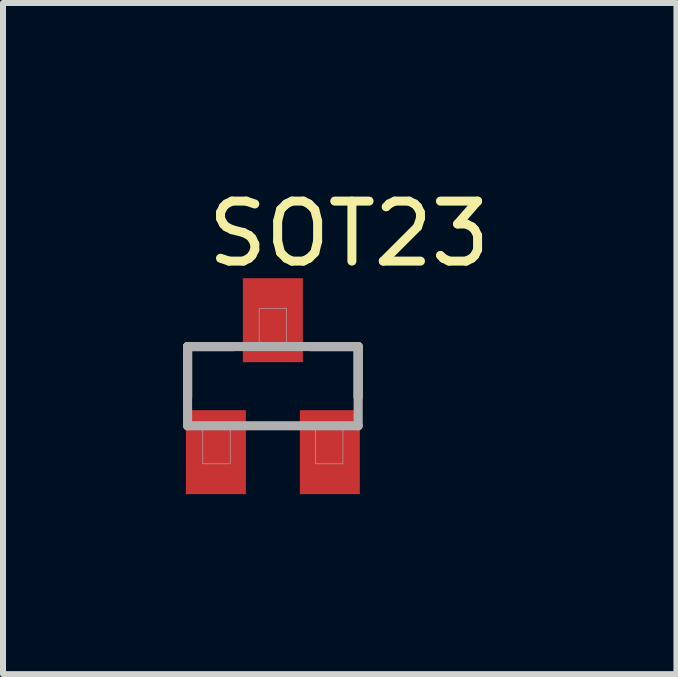
<source format=kicad_pcb>
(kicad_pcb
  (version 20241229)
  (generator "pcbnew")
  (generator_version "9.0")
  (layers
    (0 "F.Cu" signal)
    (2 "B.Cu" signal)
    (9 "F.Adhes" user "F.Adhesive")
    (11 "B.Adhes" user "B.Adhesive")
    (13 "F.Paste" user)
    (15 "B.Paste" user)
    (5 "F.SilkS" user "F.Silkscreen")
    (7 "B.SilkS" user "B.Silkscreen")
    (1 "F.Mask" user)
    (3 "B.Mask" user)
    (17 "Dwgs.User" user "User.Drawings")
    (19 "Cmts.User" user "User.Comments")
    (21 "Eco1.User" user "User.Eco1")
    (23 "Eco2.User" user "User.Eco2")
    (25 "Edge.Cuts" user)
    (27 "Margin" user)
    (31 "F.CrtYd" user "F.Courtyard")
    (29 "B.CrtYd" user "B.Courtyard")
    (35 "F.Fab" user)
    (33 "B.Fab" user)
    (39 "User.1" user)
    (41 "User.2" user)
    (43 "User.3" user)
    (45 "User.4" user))
  (footprint "SOT23"
    (layer "F.Cu")
    (at 1.499 3.388)
    (property "Reference" "SOT23" (at 1.27 -2.54 0) (layer "F.SilkS") (effects (font (size 1 1) (thickness 0.15))))
    (attr smd)
    (fp_line (start -1.422 -0.66) (end -0.658 -0.66) (stroke (width 0.152) (type solid)) (layer "F.SilkS"))
    (fp_line (start -1.422 0.185) (end -1.422 -0.66) (stroke (width 0.152) (type solid)) (layer "F.SilkS"))
    (fp_line (start 0.633 -0.66) (end 1.422 -0.66) (stroke (width 0.152) (type solid)) (layer "F.SilkS"))
    (fp_line (start 1.422 -0.66) (end 1.422 0.185) (stroke (width 0.152) (type solid)) (layer "F.SilkS"))
    (fp_line (start -1.422 -0.66) (end 1.422 -0.66) (stroke (width 0.152) (type solid)) (layer "F.Fab"))
    (fp_line (start -1.422 0.66) (end -1.422 -0.66) (stroke (width 0.152) (type solid)) (layer "F.Fab"))
    (fp_line (start 1.422 -0.66) (end 1.422 0.66) (stroke (width 0.152) (type solid)) (layer "F.Fab"))
    (fp_line (start 1.422 0.66) (end -1.422 0.66) (stroke (width 0.152) (type solid)) (layer "F.Fab"))
    (fp_poly (pts (xy -1.168 0.711) (xy -0.711 0.711) (xy -0.711 1.295) (xy -1.168 1.295)) (stroke (width 0.01) (type solid)) (fill no) (layer "F.Fab"))
    (fp_poly (pts (xy -0.229 -1.295) (xy 0.229 -1.295) (xy 0.229 -0.711) (xy -0.229 -0.711)) (stroke (width 0.01) (type solid)) (fill no) (layer "F.Fab"))
    (fp_poly (pts (xy 0.711 0.711) (xy 1.168 0.711) (xy 1.168 1.295) (xy 0.711 1.295)) (stroke (width 0.01) (type solid)) (fill no) (layer "F.Fab"))
    (pad "1" smd rect (at -0.95 1.1) (size 1 1.4) (layers "F.Cu" "F.Mask" "F.Paste"))
    (pad "2" smd rect (at 0.95 1.1) (size 1 1.4) (layers "F.Cu" "F.Mask" "F.Paste"))
    (pad "3" smd rect (at 0 -1.1) (size 1 1.4) (layers "F.Cu" "F.Mask" "F.Paste")))
  (gr_rect
    (start -3 -3)
    (end 8.227 8.188)
    (stroke (width 0.1) (type default))
    (fill no)
    (layer "Edge.Cuts")))
</source>
